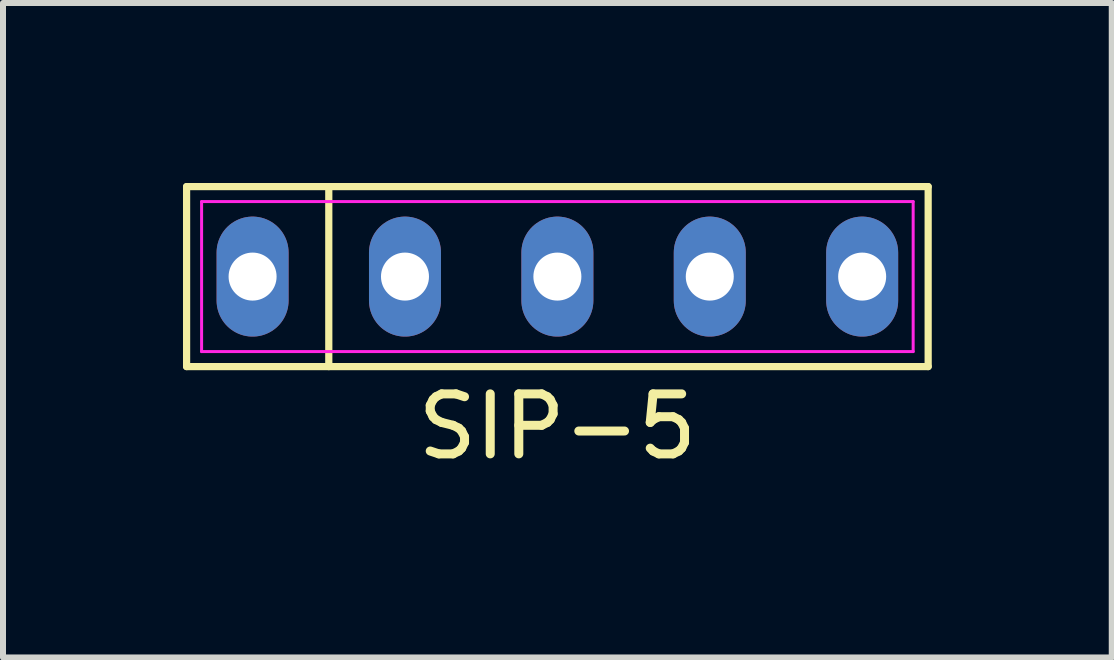
<source format=kicad_pcb>
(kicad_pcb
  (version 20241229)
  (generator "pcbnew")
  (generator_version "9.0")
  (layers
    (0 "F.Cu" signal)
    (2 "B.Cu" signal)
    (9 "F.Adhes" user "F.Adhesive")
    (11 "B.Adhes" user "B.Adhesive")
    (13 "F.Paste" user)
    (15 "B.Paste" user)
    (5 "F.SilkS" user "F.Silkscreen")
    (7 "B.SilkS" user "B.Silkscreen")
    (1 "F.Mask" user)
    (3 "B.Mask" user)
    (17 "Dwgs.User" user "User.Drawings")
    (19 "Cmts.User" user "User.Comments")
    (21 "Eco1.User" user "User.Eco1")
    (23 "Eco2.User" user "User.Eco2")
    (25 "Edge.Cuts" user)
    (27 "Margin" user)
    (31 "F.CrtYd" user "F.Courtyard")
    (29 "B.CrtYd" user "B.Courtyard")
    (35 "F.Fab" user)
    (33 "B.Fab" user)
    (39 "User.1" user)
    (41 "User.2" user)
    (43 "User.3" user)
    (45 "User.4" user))
  (footprint "SIP-5"
    (layer "F.Cu")
    (at 6.24 1.56)
    (property "Reference" "SIP-5" (at 0 2.5 0) (layer "F.SilkS") (effects (font (size 1 1) (thickness 0.15))))
    (attr through_hole)
    (fp_line (start -6.18 -1.5) (end 6.18 -1.5) (stroke (width 0.12) (type default)) (layer "F.SilkS"))
    (fp_line (start -6.18 1.5) (end -6.18 -1.5) (stroke (width 0.12) (type default)) (layer "F.SilkS"))
    (fp_line (start -3.81 -1.5) (end -3.81 1.5) (stroke (width 0.12) (type default)) (layer "F.SilkS"))
    (fp_line (start 6.18 -1.5) (end 6.18 1.5) (stroke (width 0.12) (type default)) (layer "F.SilkS"))
    (fp_line (start 6.18 1.5) (end -6.18 1.5) (stroke (width 0.12) (type default)) (layer "F.SilkS"))
    (fp_line (start -5.93 -1.25) (end 5.93 -1.25) (stroke (width 0.05) (type default)) (layer "F.CrtYd"))
    (fp_line (start -5.93 1.25) (end -5.93 -1.25) (stroke (width 0.05) (type default)) (layer "F.CrtYd"))
    (fp_line (start 5.93 -1.25) (end 5.93 1.25) (stroke (width 0.05) (type default)) (layer "F.CrtYd"))
    (fp_line (start 5.93 1.25) (end -5.93 1.25) (stroke (width 0.05) (type default)) (layer "F.CrtYd"))
    (pad "1" thru_hole oval (at -5.08 0) (size 1.2 2) (drill 0.8) (layers "*.Cu" "*.Mask"))
    (pad "2" thru_hole oval (at -2.54 0) (size 1.2 2) (drill 0.8) (layers "*.Cu" "*.Mask"))
    (pad "3" thru_hole oval (at 0 0) (size 1.2 2) (drill 0.8) (layers "*.Cu" "*.Mask"))
    (pad "4" thru_hole oval (at 2.54 0) (size 1.2 2) (drill 0.8) (layers "*.Cu" "*.Mask"))
    (pad "5" thru_hole oval (at 5.08 0) (size 1.2 2) (drill 0.8) (layers "*.Cu" "*.Mask")))
  (gr_rect
    (start -3 -3)
    (end 15.48 7.908)
    (stroke (width 0.1) (type default))
    (fill no)
    (layer "Edge.Cuts")))
</source>
